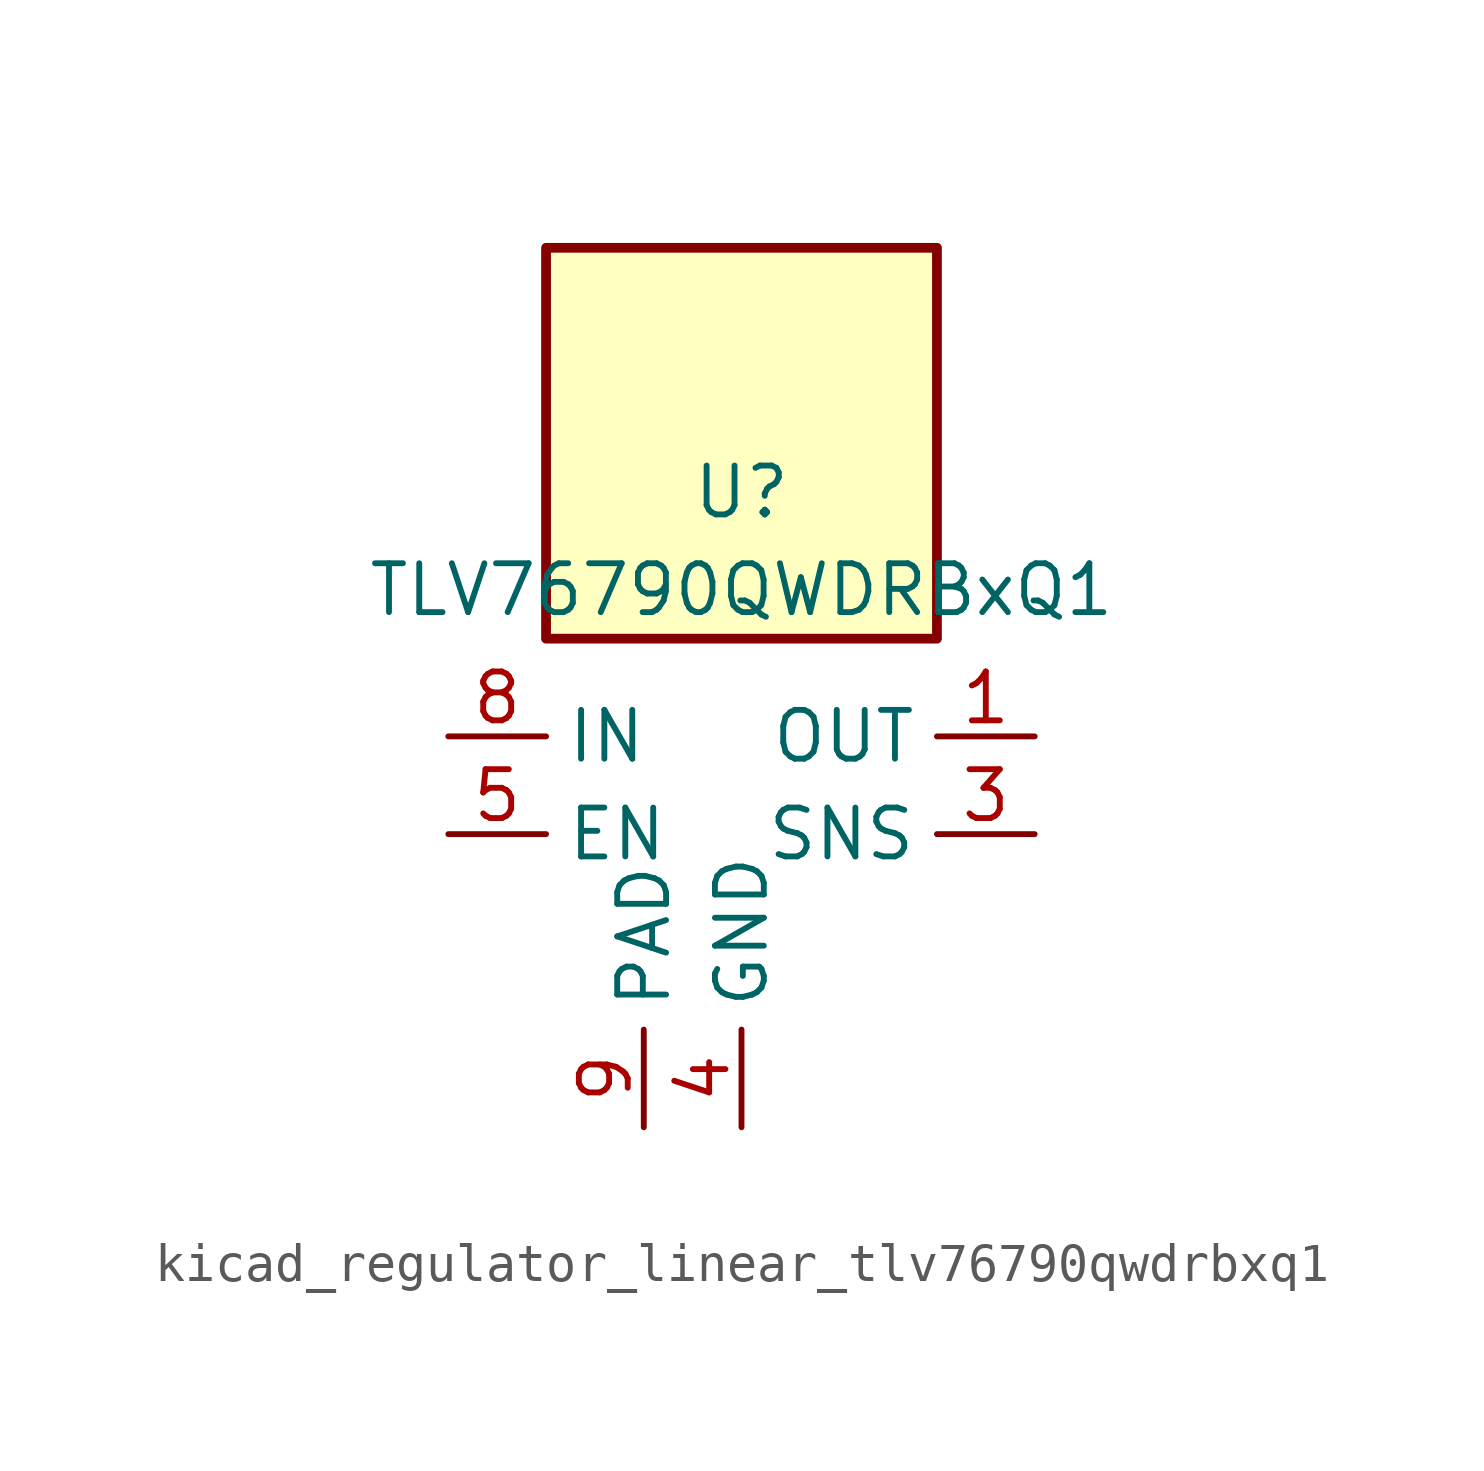
<source format=kicad_sym>
(kicad_symbol_lib
  (version 20220914)
  (generator kicad_symbol_editor)
  (symbol "kicad_regulator_linear_tlv76790qwdrbxq1"
    (property "Reference" "U"
      (at 0 8.89 0)
      (effects (font (size 1.27 1.27))))
    (property "Value" "TLV76790QWDRBxQ1"
      (at 0 6.35 0)
      (effects (font (size 1.27 1.27))))
    (symbol "kicad_regulator_linear_tlv76790qwdrbxq1_0_1"
      (rectangle (start 5.08 15.24) (end -5.08 5.08) (stroke (width 0.254) (type default)) (fill (type background))))
    (symbol "kicad_regulator_linear_tlv76790qwdrbxq1_1_1"
      (pin power_out line (at 7.62 2.54 180) (length 2.54) (name "OUT" (effects (font (size 1.27 1.27)))) (number "1" (effects (font (size 1.27 1.27)))))
      (pin no_connect line (at 5.08 -2.54 180) (length 2.54) hide (name "NC" (effects (font (size 1.27 1.27)))) (number "2" (effects (font (size 1.27 1.27)))))
      (pin input line (at 7.62 0 180) (length 2.54) (name "SNS" (effects (font (size 1.27 1.27)))) (number "3" (effects (font (size 1.27 1.27)))))
      (pin power_in line (at 0 -7.62 90) (length 2.54) (name "GND" (effects (font (size 1.27 1.27)))) (number "4" (effects (font (size 1.27 1.27)))))
      (pin input line (at -7.62 0 0) (length 2.54) (name "EN" (effects (font (size 1.27 1.27)))) (number "5" (effects (font (size 1.27 1.27)))))
      (pin passive line (at 0 -7.62 90) (length 2.54) hide (name "GND" (effects (font (size 1.27 1.27)))) (number "6" (effects (font (size 1.27 1.27)))))
      (pin no_connect line (at -5.08 -2.54 0) (length 2.54) hide (name "NC" (effects (font (size 1.27 1.27)))) (number "7" (effects (font (size 1.27 1.27)))))
      (pin power_in line (at -7.62 2.54 0) (length 2.54) (name "IN" (effects (font (size 1.27 1.27)))) (number "8" (effects (font (size 1.27 1.27)))))
      (pin passive line (at -2.54 -7.62 90) (length 2.54) (name "PAD" (effects (font (size 1.27 1.27)))) (number "9" (effects (font (size 1.27 1.27))))))))
</source>
